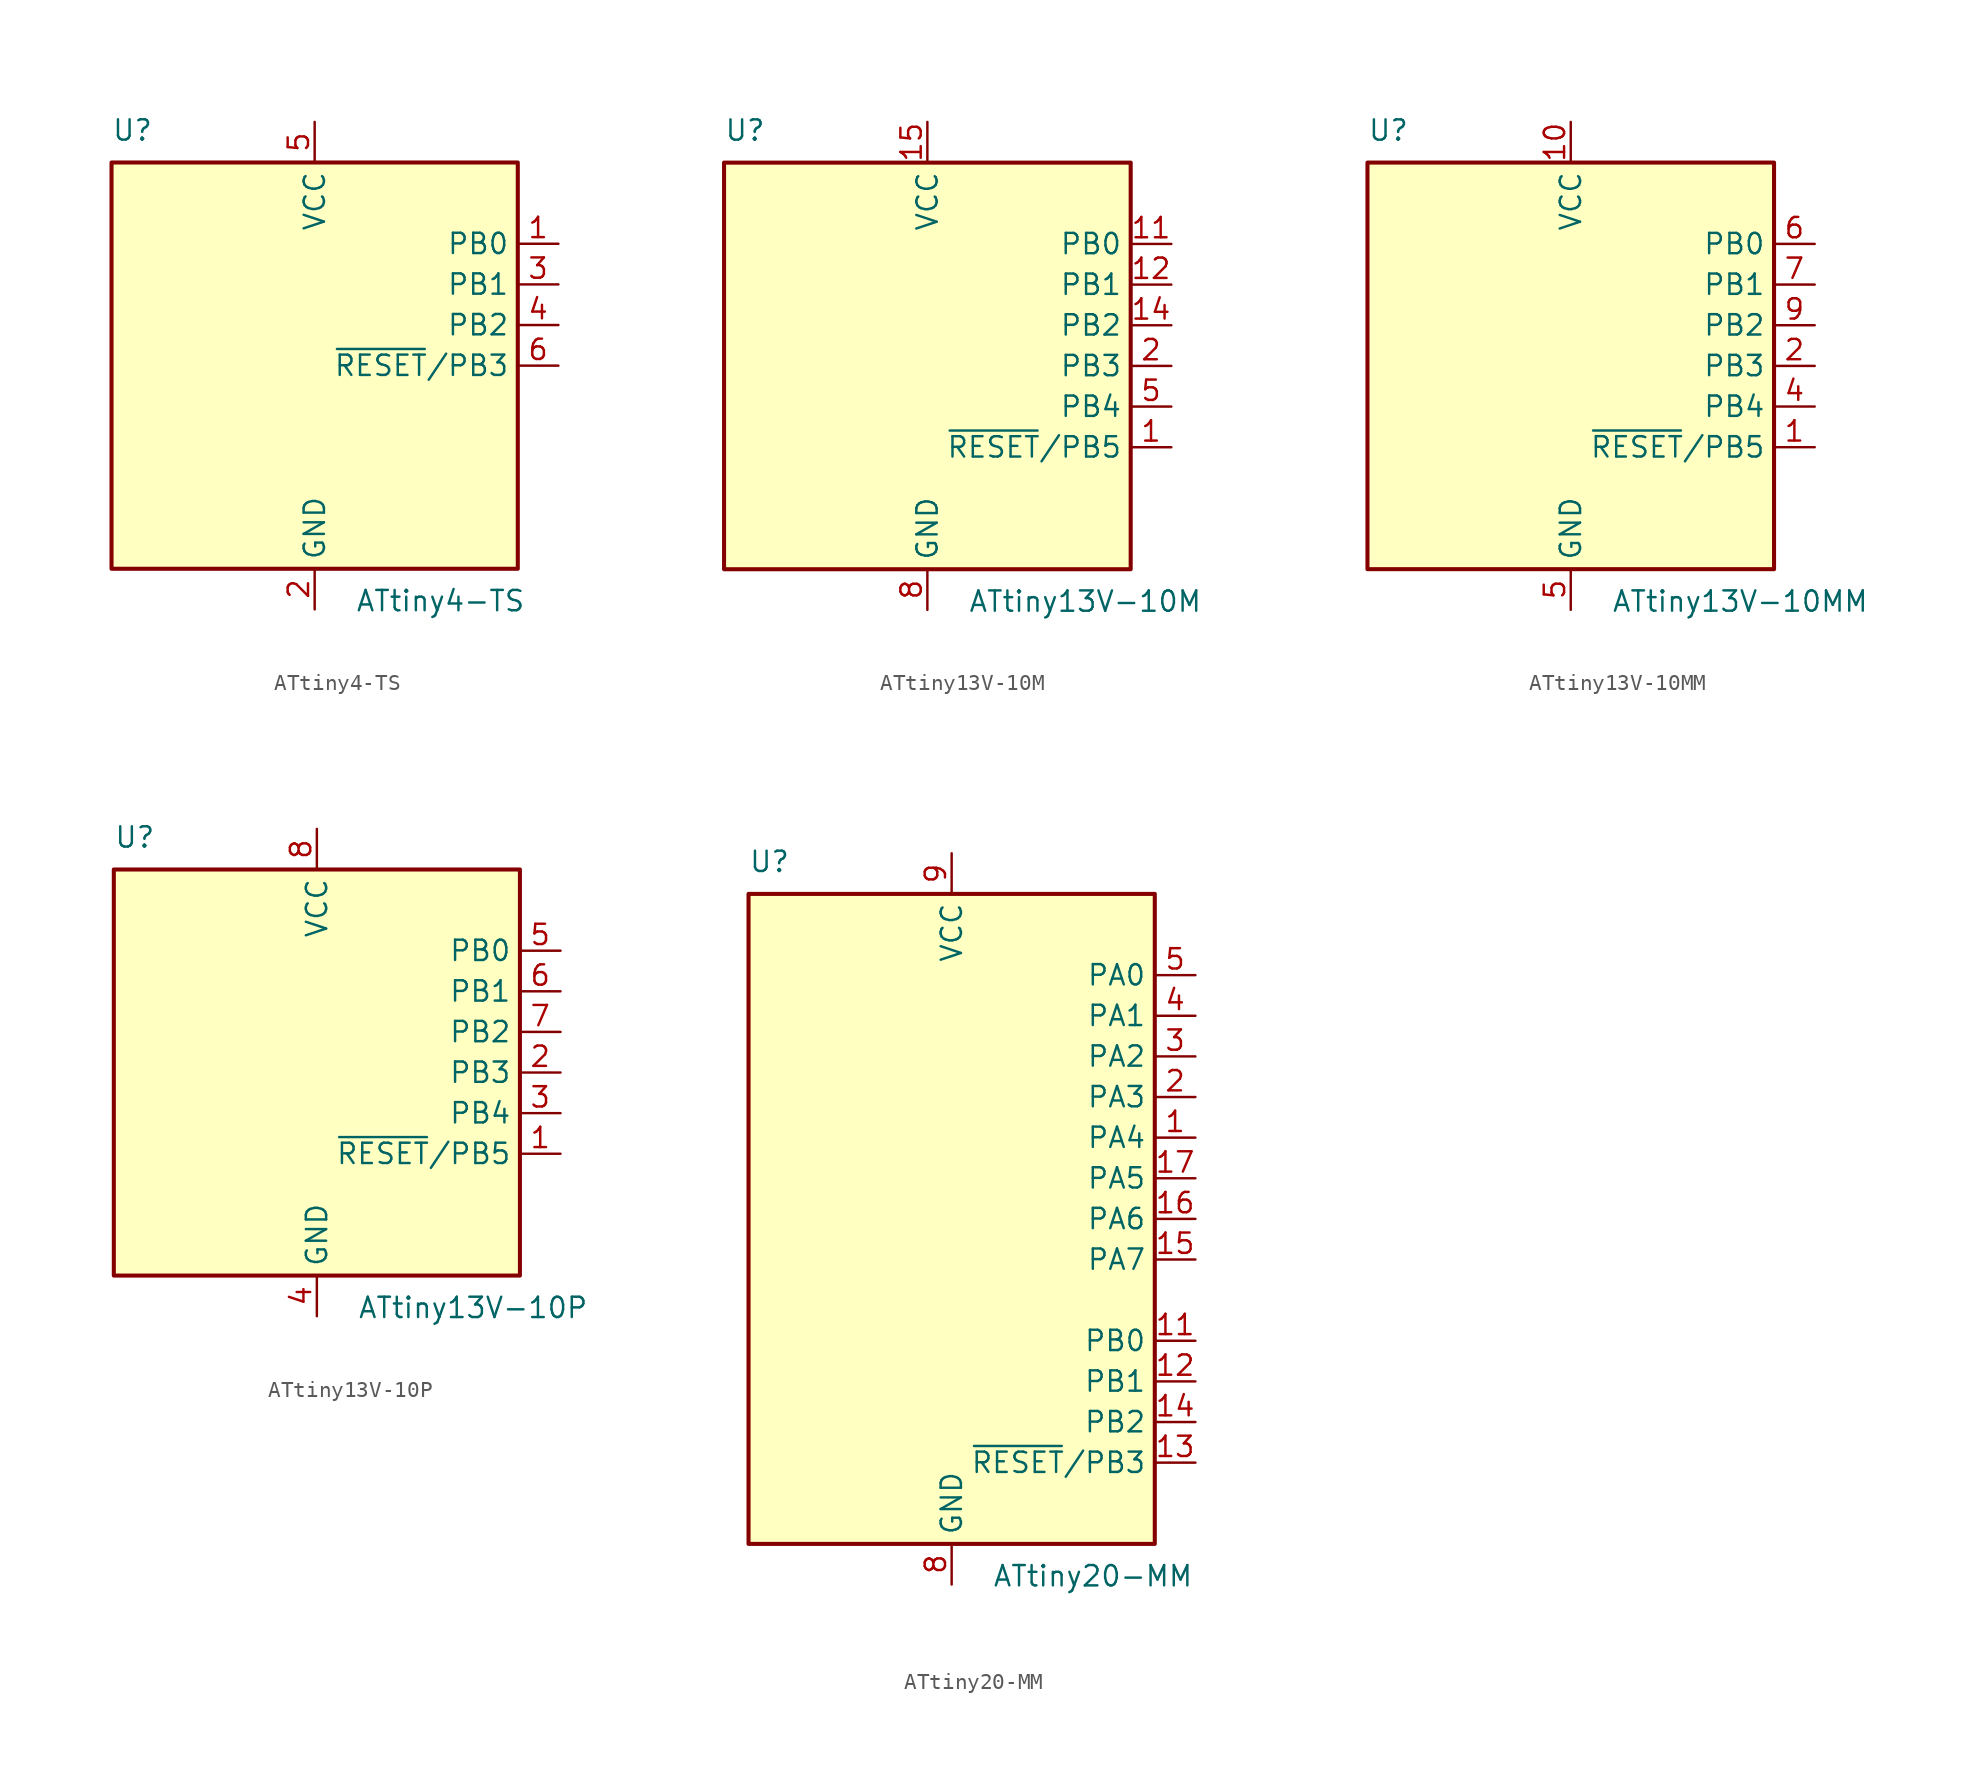
<source format=kicad_sym>
(kicad_symbol_lib
  (version 20211014)
  (generator kicad_symbol_editor)
  (symbol "ATtiny4-TS"
    (property "Reference" "U"
      (at -12.7 13.97 0)
      (effects (font (size 1.27 1.27)) (justify left bottom)))
    (property "Value" "ATtiny4-TS"
      (at 2.54 -13.97 0)
      (effects (font (size 1.27 1.27)) (justify left top)))
    (symbol "ATtiny4-TS_0_1"
      (rectangle (start -12.7 -12.7) (end 12.7 12.7) (stroke (width 0.254) (type default) (color 0 0 0 0)) (fill (type background))))
    (symbol "ATtiny4-TS_1_1"
      (pin bidirectional line (at 15.24 7.62 180) (length 2.54) (name "PB0" (effects (font (size 1.27 1.27)))) (number "1" (effects (font (size 1.27 1.27)))))
      (pin power_in line (at 0 -15.24 90) (length 2.54) (name "GND" (effects (font (size 1.27 1.27)))) (number "2" (effects (font (size 1.27 1.27)))))
      (pin bidirectional line (at 15.24 5.08 180) (length 2.54) (name "PB1" (effects (font (size 1.27 1.27)))) (number "3" (effects (font (size 1.27 1.27)))))
      (pin bidirectional line (at 15.24 2.54 180) (length 2.54) (name "PB2" (effects (font (size 1.27 1.27)))) (number "4" (effects (font (size 1.27 1.27)))))
      (pin power_in line (at 0 15.24 270) (length 2.54) (name "VCC" (effects (font (size 1.27 1.27)))) (number "5" (effects (font (size 1.27 1.27)))))
      (pin bidirectional line (at 15.24 0 180) (length 2.54) (name "~{RESET}/PB3" (effects (font (size 1.27 1.27)))) (number "6" (effects (font (size 1.27 1.27)))))))
  (symbol "ATtiny13V-10M"
    (property "Reference" "U"
      (at -12.7 13.97 0)
      (effects (font (size 1.27 1.27)) (justify left bottom)))
    (property "Value" "ATtiny13V-10M"
      (at 2.54 -13.97 0)
      (effects (font (size 1.27 1.27)) (justify left top)))
    (symbol "ATtiny13V-10M_0_1"
      (rectangle (start -12.7 -12.7) (end 12.7 12.7) (stroke (width 0.254) (type default) (color 0 0 0 0)) (fill (type background))))
    (symbol "ATtiny13V-10M_1_1"
      (pin bidirectional line (at 15.24 -5.08 180) (length 2.54) (name "~{RESET}/PB5" (effects (font (size 1.27 1.27)))) (number "1" (effects (font (size 1.27 1.27)))))
      (pin no_connect line (at -12.7 -2.54 0) (length 2.54) hide (name "NC" (effects (font (size 1.27 1.27)))) (number "10" (effects (font (size 1.27 1.27)))))
      (pin bidirectional line (at 15.24 7.62 180) (length 2.54) (name "PB0" (effects (font (size 1.27 1.27)))) (number "11" (effects (font (size 1.27 1.27)))))
      (pin bidirectional line (at 15.24 5.08 180) (length 2.54) (name "PB1" (effects (font (size 1.27 1.27)))) (number "12" (effects (font (size 1.27 1.27)))))
      (pin no_connect line (at -12.7 -5.08 0) (length 2.54) hide (name "NC" (effects (font (size 1.27 1.27)))) (number "13" (effects (font (size 1.27 1.27)))))
      (pin bidirectional line (at 15.24 2.54 180) (length 2.54) (name "PB2" (effects (font (size 1.27 1.27)))) (number "14" (effects (font (size 1.27 1.27)))))
      (pin power_in line (at 0 15.24 270) (length 2.54) (name "VCC" (effects (font (size 1.27 1.27)))) (number "15" (effects (font (size 1.27 1.27)))))
      (pin no_connect line (at -12.7 -7.62 0) (length 2.54) hide (name "NC" (effects (font (size 1.27 1.27)))) (number "16" (effects (font (size 1.27 1.27)))))
      (pin no_connect line (at -12.7 -10.16 0) (length 2.54) hide (name "NC" (effects (font (size 1.27 1.27)))) (number "17" (effects (font (size 1.27 1.27)))))
      (pin no_connect line (at -7.62 -12.7 90) (length 2.54) hide (name "NC" (effects (font (size 1.27 1.27)))) (number "18" (effects (font (size 1.27 1.27)))))
      (pin no_connect line (at -5.08 -12.7 90) (length 2.54) hide (name "NC" (effects (font (size 1.27 1.27)))) (number "19" (effects (font (size 1.27 1.27)))))
      (pin bidirectional line (at 15.24 0 180) (length 2.54) (name "PB3" (effects (font (size 1.27 1.27)))) (number "2" (effects (font (size 1.27 1.27)))))
      (pin no_connect line (at -2.54 -12.7 90) (length 2.54) hide (name "NC" (effects (font (size 1.27 1.27)))) (number "20" (effects (font (size 1.27 1.27)))))
      (pin passive line (at 0 -15.24 90) (length 2.54) hide (name "GND" (effects (font (size 1.27 1.27)))) (number "21" (effects (font (size 1.27 1.27)))))
      (pin no_connect line (at -12.7 10.16 0) (length 2.54) hide (name "NC" (effects (font (size 1.27 1.27)))) (number "3" (effects (font (size 1.27 1.27)))))
      (pin no_connect line (at -12.7 7.62 0) (length 2.54) hide (name "NC" (effects (font (size 1.27 1.27)))) (number "4" (effects (font (size 1.27 1.27)))))
      (pin bidirectional line (at 15.24 -2.54 180) (length 2.54) (name "PB4" (effects (font (size 1.27 1.27)))) (number "5" (effects (font (size 1.27 1.27)))))
      (pin no_connect line (at -12.7 5.08 0) (length 2.54) hide (name "NC" (effects (font (size 1.27 1.27)))) (number "6" (effects (font (size 1.27 1.27)))))
      (pin no_connect line (at -12.7 2.54 0) (length 2.54) hide (name "NC" (effects (font (size 1.27 1.27)))) (number "7" (effects (font (size 1.27 1.27)))))
      (pin power_in line (at 0 -15.24 90) (length 2.54) (name "GND" (effects (font (size 1.27 1.27)))) (number "8" (effects (font (size 1.27 1.27)))))
      (pin no_connect line (at -12.7 0 0) (length 2.54) hide (name "NC" (effects (font (size 1.27 1.27)))) (number "9" (effects (font (size 1.27 1.27)))))))
  (symbol "ATtiny13V-10MM"
    (property "Reference" "U"
      (at -12.7 13.97 0)
      (effects (font (size 1.27 1.27)) (justify left bottom)))
    (property "Value" "ATtiny13V-10MM"
      (at 2.54 -13.97 0)
      (effects (font (size 1.27 1.27)) (justify left top)))
    (symbol "ATtiny13V-10MM_0_1"
      (rectangle (start -12.7 -12.7) (end 12.7 12.7) (stroke (width 0.254) (type default) (color 0 0 0 0)) (fill (type background))))
    (symbol "ATtiny13V-10MM_1_1"
      (pin bidirectional line (at 15.24 -5.08 180) (length 2.54) (name "~{RESET}/PB5" (effects (font (size 1.27 1.27)))) (number "1" (effects (font (size 1.27 1.27)))))
      (pin power_in line (at 0 15.24 270) (length 2.54) (name "VCC" (effects (font (size 1.27 1.27)))) (number "10" (effects (font (size 1.27 1.27)))))
      (pin passive line (at 0 -15.24 90) (length 2.54) hide (name "GND" (effects (font (size 1.27 1.27)))) (number "11" (effects (font (size 1.27 1.27)))))
      (pin bidirectional line (at 15.24 0 180) (length 2.54) (name "PB3" (effects (font (size 1.27 1.27)))) (number "2" (effects (font (size 1.27 1.27)))))
      (pin no_connect line (at -12.7 -7.62 0) (length 2.54) hide (name "NC" (effects (font (size 1.27 1.27)))) (number "3" (effects (font (size 1.27 1.27)))))
      (pin bidirectional line (at 15.24 -2.54 180) (length 2.54) (name "PB4" (effects (font (size 1.27 1.27)))) (number "4" (effects (font (size 1.27 1.27)))))
      (pin power_in line (at 0 -15.24 90) (length 2.54) (name "GND" (effects (font (size 1.27 1.27)))) (number "5" (effects (font (size 1.27 1.27)))))
      (pin bidirectional line (at 15.24 7.62 180) (length 2.54) (name "PB0" (effects (font (size 1.27 1.27)))) (number "6" (effects (font (size 1.27 1.27)))))
      (pin bidirectional line (at 15.24 5.08 180) (length 2.54) (name "PB1" (effects (font (size 1.27 1.27)))) (number "7" (effects (font (size 1.27 1.27)))))
      (pin no_connect line (at -12.7 -10.16 0) (length 2.54) hide (name "NC" (effects (font (size 1.27 1.27)))) (number "8" (effects (font (size 1.27 1.27)))))
      (pin bidirectional line (at 15.24 2.54 180) (length 2.54) (name "PB2" (effects (font (size 1.27 1.27)))) (number "9" (effects (font (size 1.27 1.27)))))))
  (symbol "ATtiny13V-10P"
    (property "Reference" "U"
      (at -12.7 13.97 0)
      (effects (font (size 1.27 1.27)) (justify left bottom)))
    (property "Value" "ATtiny13V-10P"
      (at 2.54 -13.97 0)
      (effects (font (size 1.27 1.27)) (justify left top)))
    (symbol "ATtiny13V-10P_0_1"
      (rectangle (start -12.7 -12.7) (end 12.7 12.7) (stroke (width 0.254) (type default) (color 0 0 0 0)) (fill (type background))))
    (symbol "ATtiny13V-10P_1_1"
      (pin bidirectional line (at 15.24 -5.08 180) (length 2.54) (name "~{RESET}/PB5" (effects (font (size 1.27 1.27)))) (number "1" (effects (font (size 1.27 1.27)))))
      (pin bidirectional line (at 15.24 0 180) (length 2.54) (name "PB3" (effects (font (size 1.27 1.27)))) (number "2" (effects (font (size 1.27 1.27)))))
      (pin bidirectional line (at 15.24 -2.54 180) (length 2.54) (name "PB4" (effects (font (size 1.27 1.27)))) (number "3" (effects (font (size 1.27 1.27)))))
      (pin power_in line (at 0 -15.24 90) (length 2.54) (name "GND" (effects (font (size 1.27 1.27)))) (number "4" (effects (font (size 1.27 1.27)))))
      (pin bidirectional line (at 15.24 7.62 180) (length 2.54) (name "PB0" (effects (font (size 1.27 1.27)))) (number "5" (effects (font (size 1.27 1.27)))))
      (pin bidirectional line (at 15.24 5.08 180) (length 2.54) (name "PB1" (effects (font (size 1.27 1.27)))) (number "6" (effects (font (size 1.27 1.27)))))
      (pin bidirectional line (at 15.24 2.54 180) (length 2.54) (name "PB2" (effects (font (size 1.27 1.27)))) (number "7" (effects (font (size 1.27 1.27)))))
      (pin power_in line (at 0 15.24 270) (length 2.54) (name "VCC" (effects (font (size 1.27 1.27)))) (number "8" (effects (font (size 1.27 1.27)))))))
  (symbol "ATtiny20-MM"
    (property "Reference" "U"
      (at -12.7 21.59 0)
      (effects (font (size 1.27 1.27)) (justify left bottom)))
    (property "Value" "ATtiny20-MM"
      (at 2.54 -21.59 0)
      (effects (font (size 1.27 1.27)) (justify left top)))
    (symbol "ATtiny20-MM_0_1"
      (rectangle (start -12.7 -20.32) (end 12.7 20.32) (stroke (width 0.254) (type default) (color 0 0 0 0)) (fill (type background))))
    (symbol "ATtiny20-MM_1_1"
      (pin bidirectional line (at 15.24 5.08 180) (length 2.54) (name "PA4" (effects (font (size 1.27 1.27)))) (number "1" (effects (font (size 1.27 1.27)))))
      (pin no_connect line (at -12.7 -10.16 0) (length 2.54) hide (name "NC" (effects (font (size 1.27 1.27)))) (number "10" (effects (font (size 1.27 1.27)))))
      (pin bidirectional line (at 15.24 -7.62 180) (length 2.54) (name "PB0" (effects (font (size 1.27 1.27)))) (number "11" (effects (font (size 1.27 1.27)))))
      (pin bidirectional line (at 15.24 -10.16 180) (length 2.54) (name "PB1" (effects (font (size 1.27 1.27)))) (number "12" (effects (font (size 1.27 1.27)))))
      (pin bidirectional line (at 15.24 -15.24 180) (length 2.54) (name "~{RESET}/PB3" (effects (font (size 1.27 1.27)))) (number "13" (effects (font (size 1.27 1.27)))))
      (pin bidirectional line (at 15.24 -12.7 180) (length 2.54) (name "PB2" (effects (font (size 1.27 1.27)))) (number "14" (effects (font (size 1.27 1.27)))))
      (pin bidirectional line (at 15.24 -2.54 180) (length 2.54) (name "PA7" (effects (font (size 1.27 1.27)))) (number "15" (effects (font (size 1.27 1.27)))))
      (pin bidirectional line (at 15.24 0 180) (length 2.54) (name "PA6" (effects (font (size 1.27 1.27)))) (number "16" (effects (font (size 1.27 1.27)))))
      (pin bidirectional line (at 15.24 2.54 180) (length 2.54) (name "PA5" (effects (font (size 1.27 1.27)))) (number "17" (effects (font (size 1.27 1.27)))))
      (pin no_connect line (at -12.7 -12.7 0) (length 2.54) hide (name "NC" (effects (font (size 1.27 1.27)))) (number "18" (effects (font (size 1.27 1.27)))))
      (pin no_connect line (at -12.7 -15.24 0) (length 2.54) hide (name "NC" (effects (font (size 1.27 1.27)))) (number "19" (effects (font (size 1.27 1.27)))))
      (pin bidirectional line (at 15.24 7.62 180) (length 2.54) (name "PA3" (effects (font (size 1.27 1.27)))) (number "2" (effects (font (size 1.27 1.27)))))
      (pin no_connect line (at -12.7 -17.78 0) (length 2.54) hide (name "NC" (effects (font (size 1.27 1.27)))) (number "20" (effects (font (size 1.27 1.27)))))
      (pin passive line (at 0 -22.86 90) (length 2.54) hide (name "GND" (effects (font (size 1.27 1.27)))) (number "21" (effects (font (size 1.27 1.27)))))
      (pin bidirectional line (at 15.24 10.16 180) (length 2.54) (name "PA2" (effects (font (size 1.27 1.27)))) (number "3" (effects (font (size 1.27 1.27)))))
      (pin bidirectional line (at 15.24 12.7 180) (length 2.54) (name "PA1" (effects (font (size 1.27 1.27)))) (number "4" (effects (font (size 1.27 1.27)))))
      (pin bidirectional line (at 15.24 15.24 180) (length 2.54) (name "PA0" (effects (font (size 1.27 1.27)))) (number "5" (effects (font (size 1.27 1.27)))))
      (pin no_connect line (at -12.7 -5.08 0) (length 2.54) hide (name "NC" (effects (font (size 1.27 1.27)))) (number "6" (effects (font (size 1.27 1.27)))))
      (pin no_connect line (at -12.7 -7.62 0) (length 2.54) hide (name "NC" (effects (font (size 1.27 1.27)))) (number "7" (effects (font (size 1.27 1.27)))))
      (pin power_in line (at 0 -22.86 90) (length 2.54) (name "GND" (effects (font (size 1.27 1.27)))) (number "8" (effects (font (size 1.27 1.27)))))
      (pin power_in line (at 0 22.86 270) (length 2.54) (name "VCC" (effects (font (size 1.27 1.27)))) (number "9" (effects (font (size 1.27 1.27))))))))
</source>
